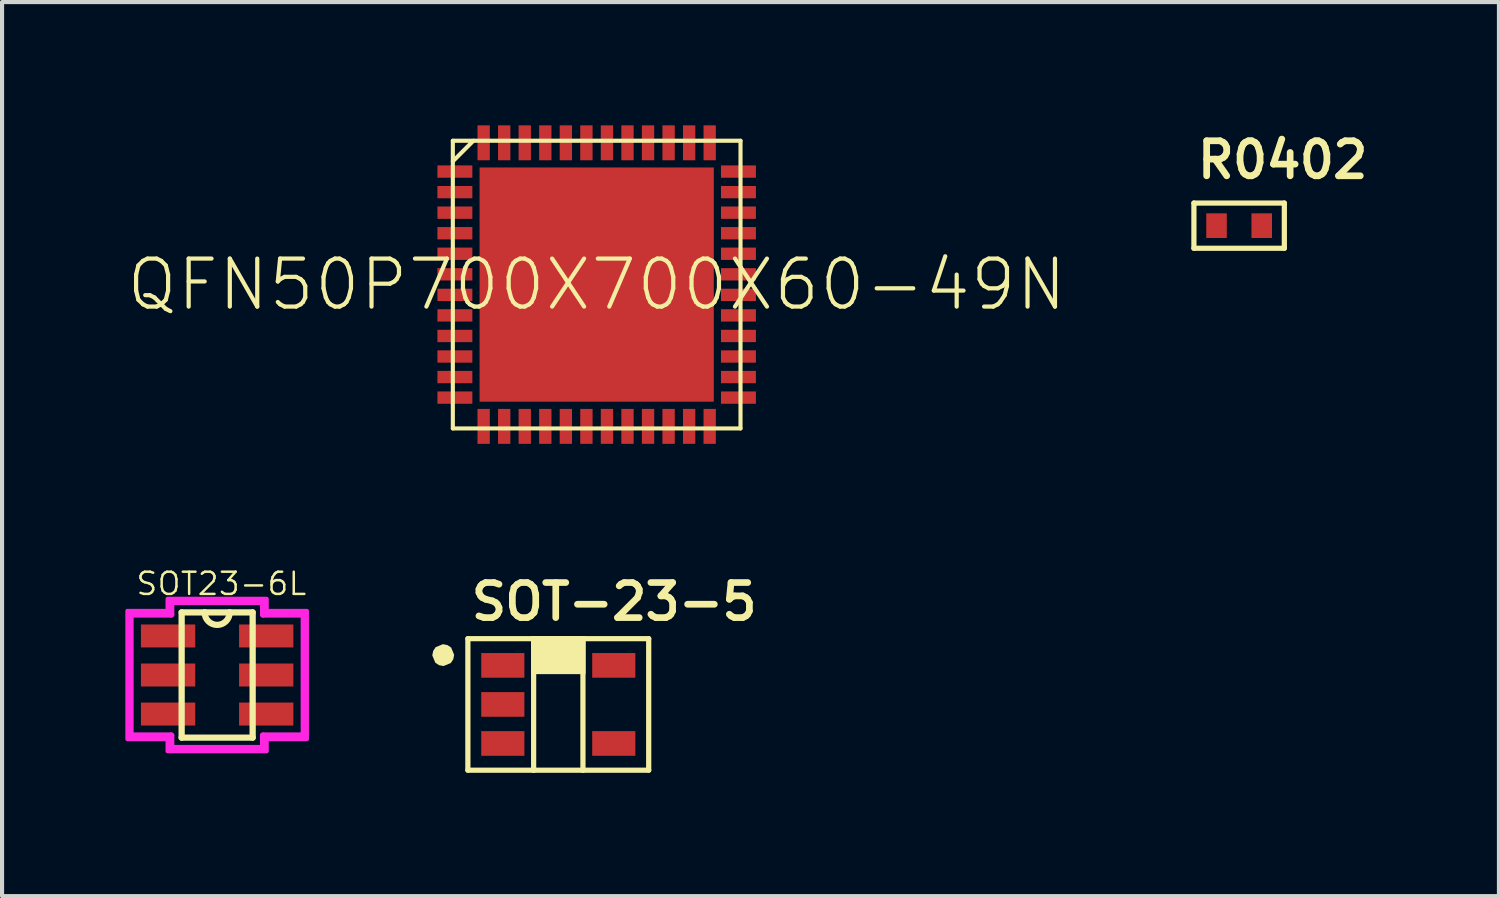
<source format=kicad_pcb>
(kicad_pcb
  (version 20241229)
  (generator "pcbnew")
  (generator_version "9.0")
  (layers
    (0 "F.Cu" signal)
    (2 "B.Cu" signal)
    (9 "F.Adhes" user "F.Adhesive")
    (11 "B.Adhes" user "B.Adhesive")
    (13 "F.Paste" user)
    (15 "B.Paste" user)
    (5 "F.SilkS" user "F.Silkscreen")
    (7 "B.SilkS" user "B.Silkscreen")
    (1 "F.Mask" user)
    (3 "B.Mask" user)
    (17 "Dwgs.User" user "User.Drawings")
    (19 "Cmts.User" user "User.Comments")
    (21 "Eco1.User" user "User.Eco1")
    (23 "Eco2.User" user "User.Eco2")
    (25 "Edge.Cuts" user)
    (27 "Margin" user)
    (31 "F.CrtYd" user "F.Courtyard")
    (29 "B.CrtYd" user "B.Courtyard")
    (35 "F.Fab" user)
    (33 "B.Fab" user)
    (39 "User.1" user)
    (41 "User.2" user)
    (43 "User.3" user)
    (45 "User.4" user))
  (footprint "R0402"
    (layer "F.Cu")
    (at 27.102 2.441)
    (property "Reference" "R0402" (at -1.1 -1.1 0) (layer "F.SilkS") (effects (font (size 0.853 0.853) (thickness 0.163)) (justify left bottom)))
    (fp_line (start -1.1 -0.55) (end -1.1 0.55) (stroke (width 0.127) (type solid)) (layer "F.SilkS"))
    (fp_line (start -1.1 0.55) (end 1.1 0.55) (stroke (width 0.127) (type solid)) (layer "F.SilkS"))
    (fp_line (start 1.1 -0.55) (end -1.1 -0.55) (stroke (width 0.127) (type solid)) (layer "F.SilkS"))
    (fp_line (start 1.1 0.55) (end 1.1 -0.55) (stroke (width 0.127) (type solid)) (layer "F.SilkS"))
    (pad "P$1" smd rect (at -0.55 0 180) (size 0.5 0.6) (layers "F.Cu" "F.Mask" "F.Paste"))
    (pad "P$2" smd rect (at 0.55 0 180) (size 0.5 0.6) (layers "F.Cu" "F.Mask" "F.Paste")))
  (footprint "SOT23-6L"
    (layer "F.Cu")
    (at 2.234 13.375)
    (property "Reference" "SOT23-6L" (at -2.007 -1.905 0) (layer "F.SilkS") (effects (font (size 0.54 0.54) (thickness 0.06)) (justify left bottom)))
    (fp_line (start -0.864 -1.524) (end -0.864 1.524) (stroke (width 0.152) (type solid)) (layer "F.SilkS"))
    (fp_line (start -0.864 1.524) (end 0.864 1.524) (stroke (width 0.152) (type solid)) (layer "F.SilkS"))
    (fp_line (start -0.305 -1.524) (end -0.864 -1.524) (stroke (width 0.152) (type solid)) (layer "F.SilkS"))
    (fp_line (start 0.305 -1.524) (end -0.305 -1.524) (stroke (width 0.152) (type solid)) (layer "F.SilkS"))
    (fp_line (start 0.864 -1.524) (end 0.305 -1.524) (stroke (width 0.152) (type solid)) (layer "F.SilkS"))
    (fp_line (start 0.864 1.524) (end 0.864 -1.524) (stroke (width 0.152) (type solid)) (layer "F.SilkS"))
    (fp_arc (start 0.3048 -1.524) (mid 0 -1.2192) (end -0.3048 -1.524) (stroke (width 0.1524) (type solid)) (layer "F.SilkS"))
    (fp_line (start -2.108 -1.473) (end -1.118 -1.473) (stroke (width 0.152) (type solid)) (layer "F.CrtYd"))
    (fp_line (start -2.108 1.473) (end -2.108 -1.473) (stroke (width 0.152) (type solid)) (layer "F.CrtYd"))
    (fp_line (start -2.108 1.473) (end -1.118 1.473) (stroke (width 0.152) (type solid)) (layer "F.CrtYd"))
    (fp_line (start -1.118 -1.778) (end 1.118 -1.778) (stroke (width 0.152) (type solid)) (layer "F.CrtYd"))
    (fp_line (start -1.118 -1.473) (end -1.118 -1.778) (stroke (width 0.152) (type solid)) (layer "F.CrtYd"))
    (fp_line (start -1.118 1.778) (end -1.118 1.473) (stroke (width 0.152) (type solid)) (layer "F.CrtYd"))
    (fp_line (start 1.118 -1.778) (end 1.118 -1.473) (stroke (width 0.152) (type solid)) (layer "F.CrtYd"))
    (fp_line (start 1.118 1.473) (end 1.118 1.778) (stroke (width 0.152) (type solid)) (layer "F.CrtYd"))
    (fp_line (start 1.118 1.778) (end -1.118 1.778) (stroke (width 0.152) (type solid)) (layer "F.CrtYd"))
    (fp_line (start 2.108 -1.473) (end 1.118 -1.473) (stroke (width 0.152) (type solid)) (layer "F.CrtYd"))
    (fp_line (start 2.108 -1.473) (end 2.108 1.473) (stroke (width 0.152) (type solid)) (layer "F.CrtYd"))
    (fp_line (start 2.108 1.473) (end 1.118 1.473) (stroke (width 0.152) (type solid)) (layer "F.CrtYd"))
    (fp_poly (pts (xy 1.206 -1.56) (xy 2.184 -1.56) (xy 2.184 1.56) (xy 1.206 1.56) (xy 1.206 1.854) (xy -1.206 1.854) (xy -1.206 1.56) (xy -2.184 1.56) (xy -2.184 -1.56) (xy -1.206 -1.56) (xy -1.206 -1.854) (xy 1.206 -1.854)) (stroke (width 0.1) (type default)) (fill no) (layer "F.CrtYd"))
    (pad "1" smd rect (at -1.194 -0.95) (size 1.321 0.559) (layers "F.Cu" "F.Mask" "F.Paste"))
    (pad "2" smd rect (at -1.194 0) (size 1.321 0.559) (layers "F.Cu" "F.Mask" "F.Paste"))
    (pad "3" smd rect (at -1.194 0.95) (size 1.321 0.559) (layers "F.Cu" "F.Mask" "F.Paste"))
    (pad "4" smd rect (at 1.194 0.95) (size 1.321 0.559) (layers "F.Cu" "F.Mask" "F.Paste"))
    (pad "5" smd rect (at 1.194 0) (size 1.321 0.559) (layers "F.Cu" "F.Mask" "F.Paste"))
    (pad "6" smd rect (at 1.194 -0.95) (size 1.321 0.559) (layers "F.Cu" "F.Mask" "F.Paste")))
  (footprint "SOT-23-5"
    (layer "F.Cu")
    (at 10.535 14.091)
    (property "Reference" "SOT-23-5" (at -2.2 -2 0) (layer "F.SilkS") (effects (font (size 0.853 0.853) (thickness 0.163)) (justify left bottom)))
    (fp_line (start -2.2 -1.6) (end -0.6 -1.6) (stroke (width 0.127) (type solid)) (layer "F.SilkS"))
    (fp_line (start -2.2 1.6) (end -2.2 -1.6) (stroke (width 0.127) (type solid)) (layer "F.SilkS"))
    (fp_line (start -0.6 -1.6) (end -0.6 1.6) (stroke (width 0.127) (type solid)) (layer "F.SilkS"))
    (fp_line (start -0.6 -1.6) (end 0.6 -1.6) (stroke (width 0.127) (type solid)) (layer "F.SilkS"))
    (fp_line (start -0.6 1.6) (end -2.2 1.6) (stroke (width 0.127) (type solid)) (layer "F.SilkS"))
    (fp_line (start 0.6 -1.6) (end 0.6 1.6) (stroke (width 0.127) (type solid)) (layer "F.SilkS"))
    (fp_line (start 0.6 -1.6) (end 2.2 -1.6) (stroke (width 0.127) (type solid)) (layer "F.SilkS"))
    (fp_line (start 0.6 1.6) (end -0.6 1.6) (stroke (width 0.127) (type solid)) (layer "F.SilkS"))
    (fp_line (start 2.2 -1.6) (end 2.2 1.6) (stroke (width 0.127) (type solid)) (layer "F.SilkS"))
    (fp_line (start 2.2 1.6) (end 0.6 1.6) (stroke (width 0.127) (type solid)) (layer "F.SilkS"))
    (fp_poly (pts (xy 0.663 -0.737) (xy -0.663 -0.737) (xy -0.663 -1.663) (xy 0.663 -1.663)) (stroke (width 0) (type default)) (fill yes) (layer "F.SilkS"))
    (fp_poly (pts (xy -2.699 -1.445) (xy -2.607 -1.384) (xy -2.534 -1.207) (xy -2.555 -1.099) (xy -2.616 -1.007) (xy -2.793 -0.934) (xy -2.901 -0.955) (xy -2.993 -1.016) (xy -3.066 -1.193) (xy -3.045 -1.301) (xy -2.984 -1.393) (xy -2.807 -1.466)) (stroke (width 0) (type default)) (fill yes) (layer "F.SilkS"))
    (pad "P$1" smd rect (at -1.35 -0.95) (size 1.05 0.6) (layers "F.Cu" "F.Mask" "F.Paste"))
    (pad "P$2" smd rect (at -1.35 0) (size 1.05 0.6) (layers "F.Cu" "F.Mask" "F.Paste"))
    (pad "P$3" smd rect (at -1.35 0.95) (size 1.05 0.6) (layers "F.Cu" "F.Mask" "F.Paste"))
    (pad "P$4" smd rect (at 1.35 0.95) (size 1.05 0.6) (layers "F.Cu" "F.Mask" "F.Paste"))
    (pad "P$5" smd rect (at 1.35 -0.95) (size 1.05 0.6) (layers "F.Cu" "F.Mask" "F.Paste")))
  (footprint "QFN50P700X700X60-49N"
    (layer "F.Cu")
    (at 11.469 3.875)
    (property "Reference" "QFN50P700X700X60-49N" (at 0 0 0) (layer "F.SilkS") (effects (font (size 1.168 1.168) (thickness 0.102))))
    (fp_line (start -3.5 -3.5) (end 3.5 -3.5) (stroke (width 0.1) (type solid)) (layer "F.SilkS"))
    (fp_line (start -3.5 -3) (end -3 -3.5) (stroke (width 0.1) (type solid)) (layer "F.SilkS"))
    (fp_line (start -3.5 3.5) (end -3.5 -3.5) (stroke (width 0.1) (type solid)) (layer "F.SilkS"))
    (fp_line (start 3.5 -3.5) (end 3.5 3.5) (stroke (width 0.1) (type solid)) (layer "F.SilkS"))
    (fp_line (start 3.5 3.5) (end -3.5 3.5) (stroke (width 0.1) (type solid)) (layer "F.SilkS"))
    (pad "1" smd rect (at -3.45 -2.75) (size 0.85 0.3) (layers "F.Cu" "F.Mask" "F.Paste"))
    (pad "2" smd rect (at -3.45 -2.25) (size 0.85 0.3) (layers "F.Cu" "F.Mask" "F.Paste"))
    (pad "3" smd rect (at -3.45 -1.75) (size 0.85 0.3) (layers "F.Cu" "F.Mask" "F.Paste"))
    (pad "4" smd rect (at -3.45 -1.25) (size 0.85 0.3) (layers "F.Cu" "F.Mask" "F.Paste"))
    (pad "5" smd rect (at -3.45 -0.75) (size 0.85 0.3) (layers "F.Cu" "F.Mask" "F.Paste"))
    (pad "6" smd rect (at -3.45 -0.25) (size 0.85 0.3) (layers "F.Cu" "F.Mask" "F.Paste"))
    (pad "7" smd rect (at -3.45 0.25) (size 0.85 0.3) (layers "F.Cu" "F.Mask" "F.Paste"))
    (pad "8" smd rect (at -3.45 0.75) (size 0.85 0.3) (layers "F.Cu" "F.Mask" "F.Paste"))
    (pad "9" smd rect (at -3.45 1.25) (size 0.85 0.3) (layers "F.Cu" "F.Mask" "F.Paste"))
    (pad "10" smd rect (at -3.45 1.75) (size 0.85 0.3) (layers "F.Cu" "F.Mask" "F.Paste"))
    (pad "11" smd rect (at -3.45 2.25) (size 0.85 0.3) (layers "F.Cu" "F.Mask" "F.Paste"))
    (pad "12" smd rect (at -3.45 2.75) (size 0.85 0.3) (layers "F.Cu" "F.Mask" "F.Paste"))
    (pad "13" smd rect (at -2.75 3.45 90) (size 0.85 0.3) (layers "F.Cu" "F.Mask" "F.Paste"))
    (pad "14" smd rect (at -2.25 3.45 90) (size 0.85 0.3) (layers "F.Cu" "F.Mask" "F.Paste"))
    (pad "15" smd rect (at -1.75 3.45 90) (size 0.85 0.3) (layers "F.Cu" "F.Mask" "F.Paste"))
    (pad "16" smd rect (at -1.25 3.45 90) (size 0.85 0.3) (layers "F.Cu" "F.Mask" "F.Paste"))
    (pad "17" smd rect (at -0.75 3.45 90) (size 0.85 0.3) (layers "F.Cu" "F.Mask" "F.Paste"))
    (pad "18" smd rect (at -0.25 3.45 90) (size 0.85 0.3) (layers "F.Cu" "F.Mask" "F.Paste"))
    (pad "19" smd rect (at 0.25 3.45 90) (size 0.85 0.3) (layers "F.Cu" "F.Mask" "F.Paste"))
    (pad "20" smd rect (at 0.75 3.45 90) (size 0.85 0.3) (layers "F.Cu" "F.Mask" "F.Paste"))
    (pad "21" smd rect (at 1.25 3.45 90) (size 0.85 0.3) (layers "F.Cu" "F.Mask" "F.Paste"))
    (pad "22" smd rect (at 1.75 3.45 90) (size 0.85 0.3) (layers "F.Cu" "F.Mask" "F.Paste"))
    (pad "23" smd rect (at 2.25 3.45 90) (size 0.85 0.3) (layers "F.Cu" "F.Mask" "F.Paste"))
    (pad "24" smd rect (at 2.75 3.45 90) (size 0.85 0.3) (layers "F.Cu" "F.Mask" "F.Paste"))
    (pad "25" smd rect (at 3.45 2.75) (size 0.85 0.3) (layers "F.Cu" "F.Mask" "F.Paste"))
    (pad "26" smd rect (at 3.45 2.25) (size 0.85 0.3) (layers "F.Cu" "F.Mask" "F.Paste"))
    (pad "27" smd rect (at 3.45 1.75) (size 0.85 0.3) (layers "F.Cu" "F.Mask" "F.Paste"))
    (pad "28" smd rect (at 3.45 1.25) (size 0.85 0.3) (layers "F.Cu" "F.Mask" "F.Paste"))
    (pad "29" smd rect (at 3.45 0.75) (size 0.85 0.3) (layers "F.Cu" "F.Mask" "F.Paste"))
    (pad "30" smd rect (at 3.45 0.25) (size 0.85 0.3) (layers "F.Cu" "F.Mask" "F.Paste"))
    (pad "31" smd rect (at 3.45 -0.25) (size 0.85 0.3) (layers "F.Cu" "F.Mask" "F.Paste"))
    (pad "32" smd rect (at 3.45 -0.75) (size 0.85 0.3) (layers "F.Cu" "F.Mask" "F.Paste"))
    (pad "33" smd rect (at 3.45 -1.25) (size 0.85 0.3) (layers "F.Cu" "F.Mask" "F.Paste"))
    (pad "34" smd rect (at 3.45 -1.75) (size 0.85 0.3) (layers "F.Cu" "F.Mask" "F.Paste"))
    (pad "35" smd rect (at 3.45 -2.25) (size 0.85 0.3) (layers "F.Cu" "F.Mask" "F.Paste"))
    (pad "36" smd rect (at 3.45 -2.75) (size 0.85 0.3) (layers "F.Cu" "F.Mask" "F.Paste"))
    (pad "37" smd rect (at 2.75 -3.45 90) (size 0.85 0.3) (layers "F.Cu" "F.Mask" "F.Paste"))
    (pad "38" smd rect (at 2.25 -3.45 90) (size 0.85 0.3) (layers "F.Cu" "F.Mask" "F.Paste"))
    (pad "39" smd rect (at 1.75 -3.45 90) (size 0.85 0.3) (layers "F.Cu" "F.Mask" "F.Paste"))
    (pad "40" smd rect (at 1.25 -3.45 90) (size 0.85 0.3) (layers "F.Cu" "F.Mask" "F.Paste"))
    (pad "41" smd rect (at 0.75 -3.45 90) (size 0.85 0.3) (layers "F.Cu" "F.Mask" "F.Paste"))
    (pad "42" smd rect (at 0.25 -3.45 90) (size 0.85 0.3) (layers "F.Cu" "F.Mask" "F.Paste"))
    (pad "43" smd rect (at -0.25 -3.45 90) (size 0.85 0.3) (layers "F.Cu" "F.Mask" "F.Paste"))
    (pad "44" smd rect (at -0.75 -3.45 90) (size 0.85 0.3) (layers "F.Cu" "F.Mask" "F.Paste"))
    (pad "45" smd rect (at -1.25 -3.45 90) (size 0.85 0.3) (layers "F.Cu" "F.Mask" "F.Paste"))
    (pad "46" smd rect (at -1.75 -3.45 90) (size 0.85 0.3) (layers "F.Cu" "F.Mask" "F.Paste"))
    (pad "47" smd rect (at -2.25 -3.45 90) (size 0.85 0.3) (layers "F.Cu" "F.Mask" "F.Paste"))
    (pad "48" smd rect (at -2.75 -3.45 90) (size 0.85 0.3) (layers "F.Cu" "F.Mask" "F.Paste"))
    (pad "49" smd rect (at 0 0 90) (size 5.7 5.7) (layers "F.Cu" "F.Mask" "F.Paste")))
  (gr_rect
    (start -3 -3)
    (end 33.424 18.755)
    (stroke (width 0.1) (type default))
    (fill no)
    (layer "Edge.Cuts")))
</source>
